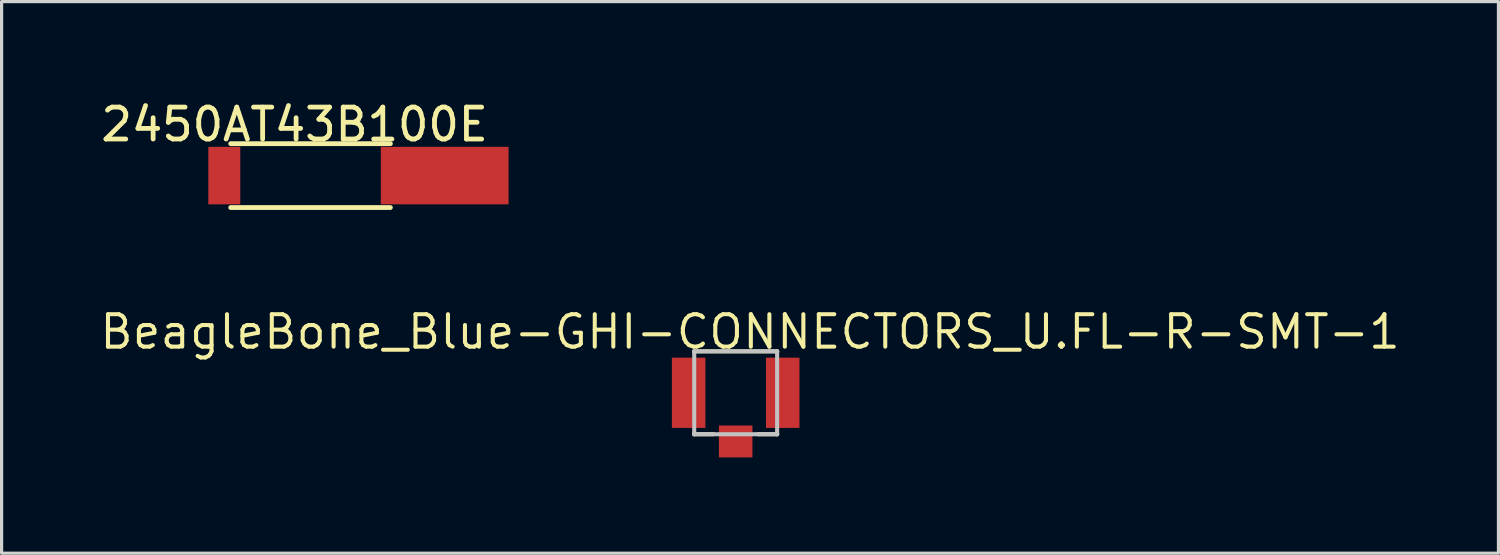
<source format=kicad_pcb>
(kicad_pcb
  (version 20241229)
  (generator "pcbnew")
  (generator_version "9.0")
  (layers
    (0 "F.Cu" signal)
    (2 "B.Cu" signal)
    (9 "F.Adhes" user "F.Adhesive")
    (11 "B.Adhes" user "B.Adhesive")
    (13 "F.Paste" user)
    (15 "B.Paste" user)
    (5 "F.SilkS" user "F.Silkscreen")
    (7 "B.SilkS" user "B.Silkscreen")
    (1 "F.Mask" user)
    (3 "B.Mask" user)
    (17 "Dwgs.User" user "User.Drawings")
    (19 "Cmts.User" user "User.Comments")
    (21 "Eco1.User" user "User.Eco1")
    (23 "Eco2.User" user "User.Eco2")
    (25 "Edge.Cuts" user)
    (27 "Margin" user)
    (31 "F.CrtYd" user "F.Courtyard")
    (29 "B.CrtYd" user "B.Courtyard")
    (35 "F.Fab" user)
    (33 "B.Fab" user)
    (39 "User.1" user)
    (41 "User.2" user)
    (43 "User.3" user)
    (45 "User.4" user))
  (footprint "2450AT43B100E"
    (layer "F.Cu")
    (at 3.973 2.448)
    (property "Reference" "2450AT43B100E" (at 2.2 -1.6 0) (layer "F.SilkS") (effects (font (size 1 1) (thickness 0.15))))
    (attr through_hole)
    (fp_line (start 0.2 1) (end 5.2 1) (stroke (width 0.15) (type solid)) (layer "F.SilkS"))
    (fp_line (start 5.2 -1) (end 0.2 -1) (stroke (width 0.15) (type solid)) (layer "F.SilkS"))
    (pad "" smd rect (at 6.9 0) (size 4 1.8) (layers "F.Cu" "F.Mask" "F.Paste"))
    (pad "1" smd rect (at 0 0) (size 1 1.8) (layers "F.Cu" "F.Mask" "F.Paste")))
  (footprint "BeagleBone_Blue-GHI-CONNECTORS_U.FL-R-SMT-1"
    (layer "F.Cu")
    (at 19.984 9.248)
    (property "Reference" "BeagleBone_Blue-GHI-CONNECTORS_U.FL-R-SMT-1" (at 0.45 -1.908 0) (layer "F.SilkS") (effects (font (size 1.016 1.016) (thickness 0.127))))
    (attr smd)
    (fp_line (start -1.298 -1.298) (end 1.298 -1.298) (stroke (width 0.127) (type solid)) (layer "F.SilkS"))
    (fp_line (start -1.298 -1.27) (end -1.298 -1.298) (stroke (width 0.127) (type solid)) (layer "F.SilkS"))
    (fp_line (start -1.298 1.298) (end -1.298 1.27) (stroke (width 0.127) (type solid)) (layer "F.SilkS"))
    (fp_line (start -0.699 1.298) (end -1.298 1.298) (stroke (width 0.127) (type solid)) (layer "F.SilkS"))
    (fp_line (start 0.699 1.298) (end 1.298 1.298) (stroke (width 0.127) (type solid)) (layer "F.SilkS"))
    (fp_line (start 1.298 -1.298) (end 1.298 -1.27) (stroke (width 0.127) (type solid)) (layer "F.SilkS"))
    (fp_line (start 1.298 1.298) (end 1.298 1.27) (stroke (width 0.127) (type solid)) (layer "F.SilkS"))
    (fp_line (start -1.298 -1.298) (end 1.298 -1.298) (stroke (width 0.127) (type solid)) (layer "Dwgs.User"))
    (fp_line (start -1.298 1.298) (end -1.298 -1.298) (stroke (width 0.127) (type solid)) (layer "Dwgs.User"))
    (fp_line (start 1.298 -1.298) (end 1.298 1.298) (stroke (width 0.127) (type solid)) (layer "Dwgs.User"))
    (fp_line (start 1.298 1.298) (end -1.298 1.298) (stroke (width 0.127) (type solid)) (layer "Dwgs.User"))
    (pad "1" smd rect (at 0 1.524) (size 1.049 0.998) (layers "F.Cu" "F.Mask" "F.Paste"))
    (pad "2" smd rect (at -1.473 0) (size 1.049 2.2) (layers "F.Cu" "F.Mask" "F.Paste"))
    (pad "2" smd rect (at 1.473 0) (size 1.049 2.2) (layers "F.Cu" "F.Mask" "F.Paste")))
  (gr_rect
    (start -3 -3)
    (end 43.866 14.271)
    (stroke (width 0.1) (type default))
    (fill no)
    (layer "Edge.Cuts")))
</source>
